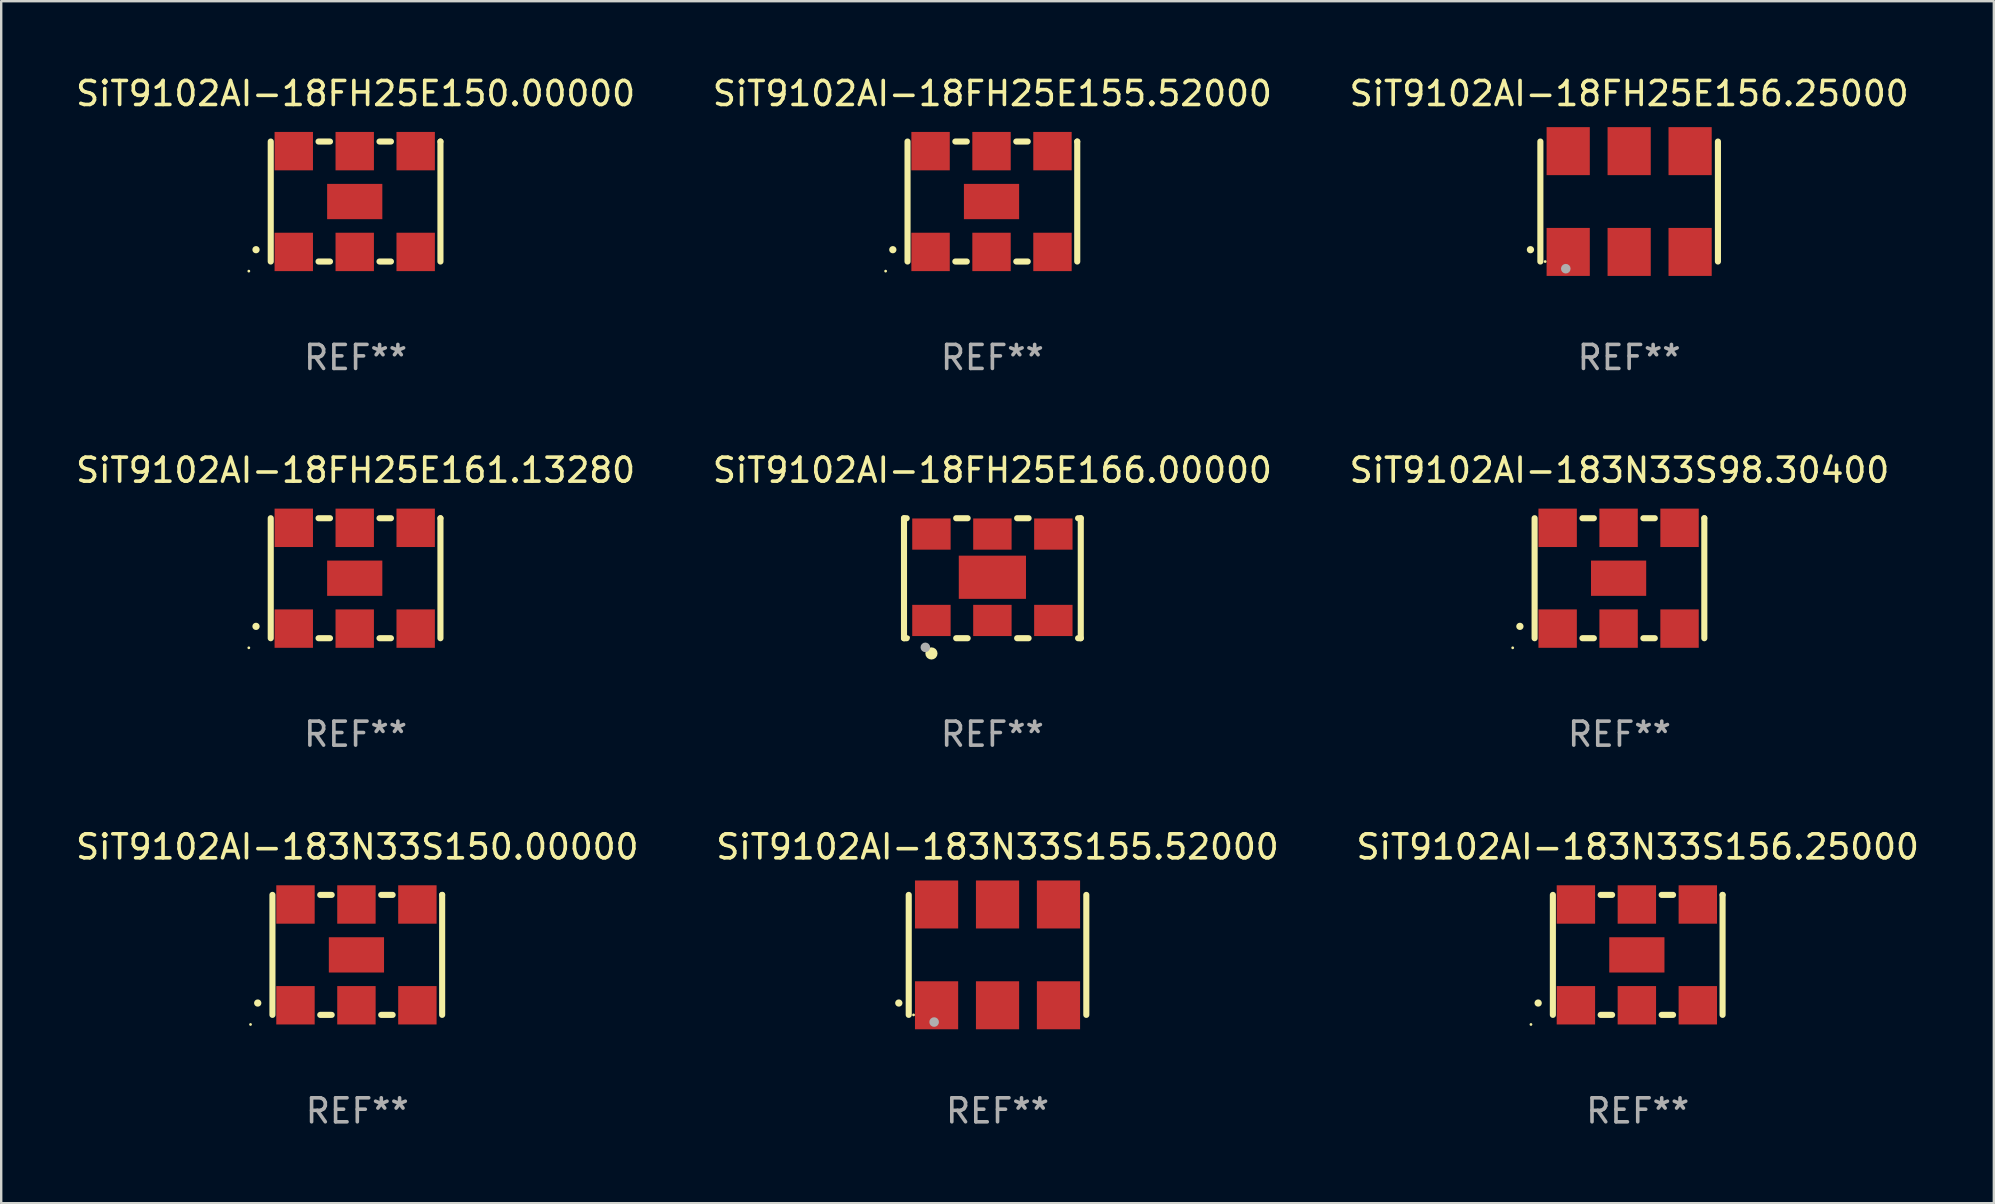
<source format=kicad_pcb>
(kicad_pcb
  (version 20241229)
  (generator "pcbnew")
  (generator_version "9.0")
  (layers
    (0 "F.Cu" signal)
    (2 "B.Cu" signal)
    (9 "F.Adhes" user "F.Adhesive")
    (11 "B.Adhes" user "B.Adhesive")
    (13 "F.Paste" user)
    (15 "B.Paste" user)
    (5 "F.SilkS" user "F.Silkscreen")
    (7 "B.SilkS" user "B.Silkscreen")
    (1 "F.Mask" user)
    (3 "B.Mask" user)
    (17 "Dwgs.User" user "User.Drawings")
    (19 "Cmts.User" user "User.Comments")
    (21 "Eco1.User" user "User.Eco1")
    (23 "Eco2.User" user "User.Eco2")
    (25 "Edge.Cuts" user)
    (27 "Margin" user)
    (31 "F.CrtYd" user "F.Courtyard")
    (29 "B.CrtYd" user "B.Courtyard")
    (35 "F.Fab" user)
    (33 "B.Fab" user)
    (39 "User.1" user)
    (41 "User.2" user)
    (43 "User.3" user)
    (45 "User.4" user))
  (footprint "SiT9102AI-183N33S155.52000"
    (layer "F.Cu")
    (at 38.518 36.741)
    (property "Reference" "SiT9102AI-183N33S155.52000" (at 0 -4.5 0) (layer "F.SilkS") (effects (font (size 1 1) (thickness 0.15))))
    (attr through_hole)
    (fp_line (start -3.7 -2.5) (end -3.7 2.5) (stroke (width 0.254) (type solid)) (layer "F.SilkS"))
    (fp_line (start 3.7 -2.5) (end 3.7 2.5) (stroke (width 0.254) (type solid)) (layer "F.SilkS"))
    (fp_arc (start -4.114415 2.006604) (mid -4.113145 2.006599) (end -4.111875 2.006604) (stroke (width 0.3) (type solid)) (layer "F.SilkS"))
    (fp_circle (center -3.5 2.501) (end -3.47 2.501) (stroke (width 0.06) (type solid)) (fill no) (layer "F.SilkS"))
    (fp_circle (center -2.641 2.799) (end -2.541 2.799) (stroke (width 0.2) (type solid)) (fill no) (layer "F.Fab"))
    (fp_text user "REF**" (at 0 6.5 0) (layer "F.Fab") (effects (font (size 1 1) (thickness 0.15))))
    (pad "1" smd rect (at -2.54 2.1) (size 1.8 2) (layers "F.Cu" "F.Mask" "F.Paste"))
    (pad "2" smd rect (at 0.000394 2.1) (size 1.8 2) (layers "F.Cu" "F.Mask" "F.Paste"))
    (pad "3" smd rect (at 2.54 2.1) (size 1.8 2) (layers "F.Cu" "F.Mask" "F.Paste"))
    (pad "4" smd rect (at 2.54 -2.1) (size 1.8 2) (layers "F.Cu" "F.Mask" "F.Paste"))
    (pad "5" smd rect (at 0.000394 -2.1) (size 1.8 2) (layers "F.Cu" "F.Mask" "F.Paste"))
    (pad "6" smd rect (at -2.54 -2.1) (size 1.8 2) (layers "F.Cu" "F.Mask" "F.Paste")))
  (footprint "SiT9102AI-18FH25E166.00000"
    (layer "F.Cu")
    (at 38.304 21.045)
    (property "Reference" "SiT9102AI-18FH25E166.00000" (at 0 -4.5 0) (layer "F.SilkS") (effects (font (size 1 1) (thickness 0.15))))
    (attr through_hole)
    (fp_line (start -3.683 -2.5) (end -3.571 -2.5) (stroke (width 0.254) (type solid)) (layer "F.SilkS"))
    (fp_line (start -3.683 2.5) (end -3.683 -2.5) (stroke (width 0.254) (type solid)) (layer "F.SilkS"))
    (fp_line (start -3.683 2.5) (end -3.571 2.5) (stroke (width 0.254) (type solid)) (layer "F.SilkS"))
    (fp_line (start -1.509 -2.5) (end -1.031 -2.5) (stroke (width 0.254) (type solid)) (layer "F.SilkS"))
    (fp_line (start -1.509 2.5) (end -1.031 2.5) (stroke (width 0.254) (type solid)) (layer "F.SilkS"))
    (fp_line (start 1.031 -2.5) (end 1.509 -2.5) (stroke (width 0.254) (type solid)) (layer "F.SilkS"))
    (fp_line (start 1.031 2.5) (end 1.509 2.5) (stroke (width 0.254) (type solid)) (layer "F.SilkS"))
    (fp_line (start 3.571 -2.5) (end 3.683 -2.5) (stroke (width 0.254) (type solid)) (layer "F.SilkS"))
    (fp_line (start 3.571 2.5) (end 3.683 2.5) (stroke (width 0.254) (type solid)) (layer "F.SilkS"))
    (fp_line (start 3.683 2.5) (end 3.683 -2.5) (stroke (width 0.254) (type solid)) (layer "F.SilkS"))
    (fp_circle (center -3.5 2.46) (end -3.47 2.46) (stroke (width 0.06) (type solid)) (fill no) (layer "F.SilkS"))
    (fp_circle (center -2.54 3.135) (end -2.413 3.135) (stroke (width 0.254) (type solid)) (fill no) (layer "F.SilkS"))
    (fp_circle (center -2.794 2.881) (end -2.694 2.881) (stroke (width 0.2) (type solid)) (fill no) (layer "F.Fab"))
    (fp_text user "REF**" (at 0 6.5 0) (layer "F.Fab") (effects (font (size 1 1) (thickness 0.15))))
    (pad "1" smd rect (at -2.54 1.76) (size 1.6 1.3) (layers "F.Cu" "F.Mask" "F.Paste"))
    (pad "2" smd rect (at 0 1.76) (size 1.6 1.3) (layers "F.Cu" "F.Mask" "F.Paste"))
    (pad "3" smd rect (at 2.54 1.76) (size 1.6 1.3) (layers "F.Cu" "F.Mask" "F.Paste"))
    (pad "4" smd rect (at 2.54 -1.84) (size 1.6 1.3) (layers "F.Cu" "F.Mask" "F.Paste"))
    (pad "5" smd rect (at 0 -1.84) (size 1.6 1.3) (layers "F.Cu" "F.Mask" "F.Paste"))
    (pad "6" smd rect (at -2.54 -1.84) (size 1.6 1.3) (layers "F.Cu" "F.Mask" "F.Paste"))
    (pad "7" smd rect (at 0 -0.04) (size 2.8 1.8) (layers "F.Cu" "F.Mask" "F.Paste")))
  (footprint "SiT9102AI-18FH25E156.25000"
    (layer "F.Cu")
    (at 64.839 5.348)
    (property "Reference" "SiT9102AI-18FH25E156.25000" (at 0 -4.5 0) (layer "F.SilkS") (effects (font (size 1 1) (thickness 0.15))))
    (attr through_hole)
    (fp_line (start -3.7 -2.5) (end -3.7 2.5) (stroke (width 0.254) (type solid)) (layer "F.SilkS"))
    (fp_line (start 3.7 -2.5) (end 3.7 2.5) (stroke (width 0.254) (type solid)) (layer "F.SilkS"))
    (fp_arc (start -4.114415 2.006604) (mid -4.113145 2.006599) (end -4.111875 2.006604) (stroke (width 0.3) (type solid)) (layer "F.SilkS"))
    (fp_circle (center -3.5 2.501) (end -3.47 2.501) (stroke (width 0.06) (type solid)) (fill no) (layer "F.SilkS"))
    (fp_circle (center -2.641 2.799) (end -2.541 2.799) (stroke (width 0.2) (type solid)) (fill no) (layer "F.Fab"))
    (fp_text user "REF**" (at 0 6.5 0) (layer "F.Fab") (effects (font (size 1 1) (thickness 0.15))))
    (pad "1" smd rect (at -2.54 2.1) (size 1.8 2) (layers "F.Cu" "F.Mask" "F.Paste"))
    (pad "2" smd rect (at 0.000394 2.1) (size 1.8 2) (layers "F.Cu" "F.Mask" "F.Paste"))
    (pad "3" smd rect (at 2.54 2.1) (size 1.8 2) (layers "F.Cu" "F.Mask" "F.Paste"))
    (pad "4" smd rect (at 2.54 -2.1) (size 1.8 2) (layers "F.Cu" "F.Mask" "F.Paste"))
    (pad "5" smd rect (at 0.000394 -2.1) (size 1.8 2) (layers "F.Cu" "F.Mask" "F.Paste"))
    (pad "6" smd rect (at -2.54 -2.1) (size 1.8 2) (layers "F.Cu" "F.Mask" "F.Paste")))
  (footprint "SiT9102AI-183N33S156.25000"
    (layer "F.Cu")
    (at 65.196 36.741)
    (property "Reference" "SiT9102AI-183N33S156.25000" (at 0 -4.5 0) (layer "F.SilkS") (effects (font (size 1 1) (thickness 0.15))))
    (attr through_hole)
    (fp_line (start -3.536 -2.5) (end -3.536 2.5) (stroke (width 0.254) (type solid)) (layer "F.SilkS"))
    (fp_line (start -1.544 2.5) (end -1.067 2.5) (stroke (width 0.254) (type solid)) (layer "F.SilkS"))
    (fp_line (start -1.067 -2.5) (end -1.544 -2.5) (stroke (width 0.254) (type solid)) (layer "F.SilkS"))
    (fp_line (start 0.996 2.5) (end 1.473 2.5) (stroke (width 0.254) (type solid)) (layer "F.SilkS"))
    (fp_line (start 1.473 -2.5) (end 0.996 -2.5) (stroke (width 0.254) (type solid)) (layer "F.SilkS"))
    (fp_line (start 3.536 -2.5) (end 3.536 -2.5) (stroke (width 0.254) (type solid)) (layer "F.SilkS"))
    (fp_line (start 3.536 2.5) (end 3.536 -2.5) (stroke (width 0.254) (type solid)) (layer "F.SilkS"))
    (fp_arc (start -4.150432 2.006604) (mid -4.149162 2.006599) (end -4.147892 2.006604) (stroke (width 0.3) (type solid)) (layer "F.SilkS"))
    (fp_circle (center -4.449 2.9) (end -4.419 2.9) (stroke (width 0.06) (type solid)) (fill no) (layer "F.SilkS"))
    (fp_text user "REF**" (at 0 6.5 0) (layer "F.Fab") (effects (font (size 1 1) (thickness 0.15))))
    (pad "1" smd rect (at -2.576 2.1) (size 1.6 1.6) (layers "F.Cu" "F.Mask" "F.Paste"))
    (pad "2" smd rect (at -0.036 2.1) (size 1.6 1.6) (layers "F.Cu" "F.Mask" "F.Paste"))
    (pad "3" smd rect (at 2.504 2.1) (size 1.6 1.6) (layers "F.Cu" "F.Mask" "F.Paste"))
    (pad "4" smd rect (at 2.504 -2.1) (size 1.6 1.6) (layers "F.Cu" "F.Mask" "F.Paste"))
    (pad "5" smd rect (at -0.036 -2.1) (size 1.6 1.6) (layers "F.Cu" "F.Mask" "F.Paste"))
    (pad "6" smd rect (at -2.576 -2.1) (size 1.6 1.6) (layers "F.Cu" "F.Mask" "F.Paste"))
    (pad "7" smd rect (at -0.036 0) (size 2.3 1.47) (layers "F.Cu" "F.Mask" "F.Paste")))
  (footprint "SiT9102AI-18FH25E150.00000"
    (layer "F.Cu")
    (at 11.768 5.348)
    (property "Reference" "SiT9102AI-18FH25E150.00000" (at 0 -4.5 0) (layer "F.SilkS") (effects (font (size 1 1) (thickness 0.15))))
    (attr through_hole)
    (fp_line (start -3.536 -2.5) (end -3.536 2.5) (stroke (width 0.254) (type solid)) (layer "F.SilkS"))
    (fp_line (start -1.544 2.5) (end -1.067 2.5) (stroke (width 0.254) (type solid)) (layer "F.SilkS"))
    (fp_line (start -1.067 -2.5) (end -1.544 -2.5) (stroke (width 0.254) (type solid)) (layer "F.SilkS"))
    (fp_line (start 0.996 2.5) (end 1.473 2.5) (stroke (width 0.254) (type solid)) (layer "F.SilkS"))
    (fp_line (start 1.473 -2.5) (end 0.996 -2.5) (stroke (width 0.254) (type solid)) (layer "F.SilkS"))
    (fp_line (start 3.536 -2.5) (end 3.536 -2.5) (stroke (width 0.254) (type solid)) (layer "F.SilkS"))
    (fp_line (start 3.536 2.5) (end 3.536 -2.5) (stroke (width 0.254) (type solid)) (layer "F.SilkS"))
    (fp_arc (start -4.150432 2.006604) (mid -4.149162 2.006599) (end -4.147892 2.006604) (stroke (width 0.3) (type solid)) (layer "F.SilkS"))
    (fp_circle (center -4.449 2.9) (end -4.419 2.9) (stroke (width 0.06) (type solid)) (fill no) (layer "F.SilkS"))
    (fp_text user "REF**" (at 0 6.5 0) (layer "F.Fab") (effects (font (size 1 1) (thickness 0.15))))
    (pad "1" smd rect (at -2.576 2.1) (size 1.6 1.6) (layers "F.Cu" "F.Mask" "F.Paste"))
    (pad "2" smd rect (at -0.036 2.1) (size 1.6 1.6) (layers "F.Cu" "F.Mask" "F.Paste"))
    (pad "3" smd rect (at 2.504 2.1) (size 1.6 1.6) (layers "F.Cu" "F.Mask" "F.Paste"))
    (pad "4" smd rect (at 2.504 -2.1) (size 1.6 1.6) (layers "F.Cu" "F.Mask" "F.Paste"))
    (pad "5" smd rect (at -0.036 -2.1) (size 1.6 1.6) (layers "F.Cu" "F.Mask" "F.Paste"))
    (pad "6" smd rect (at -2.576 -2.1) (size 1.6 1.6) (layers "F.Cu" "F.Mask" "F.Paste"))
    (pad "7" smd rect (at -0.036 0) (size 2.3 1.47) (layers "F.Cu" "F.Mask" "F.Paste")))
  (footprint "SiT9102AI-18FH25E155.52000"
    (layer "F.Cu")
    (at 38.304 5.348)
    (property "Reference" "SiT9102AI-18FH25E155.52000" (at 0 -4.5 0) (layer "F.SilkS") (effects (font (size 1 1) (thickness 0.15))))
    (attr through_hole)
    (fp_line (start -3.536 -2.5) (end -3.536 2.5) (stroke (width 0.254) (type solid)) (layer "F.SilkS"))
    (fp_line (start -1.544 2.5) (end -1.067 2.5) (stroke (width 0.254) (type solid)) (layer "F.SilkS"))
    (fp_line (start -1.067 -2.5) (end -1.544 -2.5) (stroke (width 0.254) (type solid)) (layer "F.SilkS"))
    (fp_line (start 0.996 2.5) (end 1.473 2.5) (stroke (width 0.254) (type solid)) (layer "F.SilkS"))
    (fp_line (start 1.473 -2.5) (end 0.996 -2.5) (stroke (width 0.254) (type solid)) (layer "F.SilkS"))
    (fp_line (start 3.536 -2.5) (end 3.536 -2.5) (stroke (width 0.254) (type solid)) (layer "F.SilkS"))
    (fp_line (start 3.536 2.5) (end 3.536 -2.5) (stroke (width 0.254) (type solid)) (layer "F.SilkS"))
    (fp_arc (start -4.150432 2.006604) (mid -4.149162 2.006599) (end -4.147892 2.006604) (stroke (width 0.3) (type solid)) (layer "F.SilkS"))
    (fp_circle (center -4.449 2.9) (end -4.419 2.9) (stroke (width 0.06) (type solid)) (fill no) (layer "F.SilkS"))
    (fp_text user "REF**" (at 0 6.5 0) (layer "F.Fab") (effects (font (size 1 1) (thickness 0.15))))
    (pad "1" smd rect (at -2.576 2.1) (size 1.6 1.6) (layers "F.Cu" "F.Mask" "F.Paste"))
    (pad "2" smd rect (at -0.036 2.1) (size 1.6 1.6) (layers "F.Cu" "F.Mask" "F.Paste"))
    (pad "3" smd rect (at 2.504 2.1) (size 1.6 1.6) (layers "F.Cu" "F.Mask" "F.Paste"))
    (pad "4" smd rect (at 2.504 -2.1) (size 1.6 1.6) (layers "F.Cu" "F.Mask" "F.Paste"))
    (pad "5" smd rect (at -0.036 -2.1) (size 1.6 1.6) (layers "F.Cu" "F.Mask" "F.Paste"))
    (pad "6" smd rect (at -2.576 -2.1) (size 1.6 1.6) (layers "F.Cu" "F.Mask" "F.Paste"))
    (pad "7" smd rect (at -0.036 0) (size 2.3 1.47) (layers "F.Cu" "F.Mask" "F.Paste")))
  (footprint "SiT9102AI-183N33S150.00000"
    (layer "F.Cu")
    (at 11.839 36.741)
    (property "Reference" "SiT9102AI-183N33S150.00000" (at 0 -4.5 0) (layer "F.SilkS") (effects (font (size 1 1) (thickness 0.15))))
    (attr through_hole)
    (fp_line (start -3.536 -2.5) (end -3.536 2.5) (stroke (width 0.254) (type solid)) (layer "F.SilkS"))
    (fp_line (start -1.544 2.5) (end -1.067 2.5) (stroke (width 0.254) (type solid)) (layer "F.SilkS"))
    (fp_line (start -1.067 -2.5) (end -1.544 -2.5) (stroke (width 0.254) (type solid)) (layer "F.SilkS"))
    (fp_line (start 0.996 2.5) (end 1.473 2.5) (stroke (width 0.254) (type solid)) (layer "F.SilkS"))
    (fp_line (start 1.473 -2.5) (end 0.996 -2.5) (stroke (width 0.254) (type solid)) (layer "F.SilkS"))
    (fp_line (start 3.536 -2.5) (end 3.536 -2.5) (stroke (width 0.254) (type solid)) (layer "F.SilkS"))
    (fp_line (start 3.536 2.5) (end 3.536 -2.5) (stroke (width 0.254) (type solid)) (layer "F.SilkS"))
    (fp_arc (start -4.150432 2.006604) (mid -4.149162 2.006599) (end -4.147892 2.006604) (stroke (width 0.3) (type solid)) (layer "F.SilkS"))
    (fp_circle (center -4.449 2.9) (end -4.419 2.9) (stroke (width 0.06) (type solid)) (fill no) (layer "F.SilkS"))
    (fp_text user "REF**" (at 0 6.5 0) (layer "F.Fab") (effects (font (size 1 1) (thickness 0.15))))
    (pad "1" smd rect (at -2.576 2.1) (size 1.6 1.6) (layers "F.Cu" "F.Mask" "F.Paste"))
    (pad "2" smd rect (at -0.036 2.1) (size 1.6 1.6) (layers "F.Cu" "F.Mask" "F.Paste"))
    (pad "3" smd rect (at 2.504 2.1) (size 1.6 1.6) (layers "F.Cu" "F.Mask" "F.Paste"))
    (pad "4" smd rect (at 2.504 -2.1) (size 1.6 1.6) (layers "F.Cu" "F.Mask" "F.Paste"))
    (pad "5" smd rect (at -0.036 -2.1) (size 1.6 1.6) (layers "F.Cu" "F.Mask" "F.Paste"))
    (pad "6" smd rect (at -2.576 -2.1) (size 1.6 1.6) (layers "F.Cu" "F.Mask" "F.Paste"))
    (pad "7" smd rect (at -0.036 0) (size 2.3 1.47) (layers "F.Cu" "F.Mask" "F.Paste")))
  (footprint "SiT9102AI-18FH25E161.13280"
    (layer "F.Cu")
    (at 11.768 21.045)
    (property "Reference" "SiT9102AI-18FH25E161.13280" (at 0 -4.5 0) (layer "F.SilkS") (effects (font (size 1 1) (thickness 0.15))))
    (attr through_hole)
    (fp_line (start -3.536 -2.5) (end -3.536 2.5) (stroke (width 0.254) (type solid)) (layer "F.SilkS"))
    (fp_line (start -1.544 2.5) (end -1.067 2.5) (stroke (width 0.254) (type solid)) (layer "F.SilkS"))
    (fp_line (start -1.067 -2.5) (end -1.544 -2.5) (stroke (width 0.254) (type solid)) (layer "F.SilkS"))
    (fp_line (start 0.996 2.5) (end 1.473 2.5) (stroke (width 0.254) (type solid)) (layer "F.SilkS"))
    (fp_line (start 1.473 -2.5) (end 0.996 -2.5) (stroke (width 0.254) (type solid)) (layer "F.SilkS"))
    (fp_line (start 3.536 -2.5) (end 3.536 -2.5) (stroke (width 0.254) (type solid)) (layer "F.SilkS"))
    (fp_line (start 3.536 2.5) (end 3.536 -2.5) (stroke (width 0.254) (type solid)) (layer "F.SilkS"))
    (fp_arc (start -4.150432 2.006604) (mid -4.149162 2.006599) (end -4.147892 2.006604) (stroke (width 0.3) (type solid)) (layer "F.SilkS"))
    (fp_circle (center -4.449 2.9) (end -4.419 2.9) (stroke (width 0.06) (type solid)) (fill no) (layer "F.SilkS"))
    (fp_text user "REF**" (at 0 6.5 0) (layer "F.Fab") (effects (font (size 1 1) (thickness 0.15))))
    (pad "1" smd rect (at -2.576 2.1) (size 1.6 1.6) (layers "F.Cu" "F.Mask" "F.Paste"))
    (pad "2" smd rect (at -0.036 2.1) (size 1.6 1.6) (layers "F.Cu" "F.Mask" "F.Paste"))
    (pad "3" smd rect (at 2.504 2.1) (size 1.6 1.6) (layers "F.Cu" "F.Mask" "F.Paste"))
    (pad "4" smd rect (at 2.504 -2.1) (size 1.6 1.6) (layers "F.Cu" "F.Mask" "F.Paste"))
    (pad "5" smd rect (at -0.036 -2.1) (size 1.6 1.6) (layers "F.Cu" "F.Mask" "F.Paste"))
    (pad "6" smd rect (at -2.576 -2.1) (size 1.6 1.6) (layers "F.Cu" "F.Mask" "F.Paste"))
    (pad "7" smd rect (at -0.036 0) (size 2.3 1.47) (layers "F.Cu" "F.Mask" "F.Paste")))
  (footprint "SiT9102AI-183N33S98.30400"
    (layer "F.Cu")
    (at 64.435 21.045)
    (property "Reference" "SiT9102AI-183N33S98.30400" (at 0 -4.5 0) (layer "F.SilkS") (effects (font (size 1 1) (thickness 0.15))))
    (attr through_hole)
    (fp_line (start -3.536 -2.5) (end -3.536 2.5) (stroke (width 0.254) (type solid)) (layer "F.SilkS"))
    (fp_line (start -1.544 2.5) (end -1.067 2.5) (stroke (width 0.254) (type solid)) (layer "F.SilkS"))
    (fp_line (start -1.067 -2.5) (end -1.544 -2.5) (stroke (width 0.254) (type solid)) (layer "F.SilkS"))
    (fp_line (start 0.996 2.5) (end 1.473 2.5) (stroke (width 0.254) (type solid)) (layer "F.SilkS"))
    (fp_line (start 1.473 -2.5) (end 0.996 -2.5) (stroke (width 0.254) (type solid)) (layer "F.SilkS"))
    (fp_line (start 3.536 -2.5) (end 3.536 -2.5) (stroke (width 0.254) (type solid)) (layer "F.SilkS"))
    (fp_line (start 3.536 2.5) (end 3.536 -2.5) (stroke (width 0.254) (type solid)) (layer "F.SilkS"))
    (fp_arc (start -4.150432 2.006604) (mid -4.149162 2.006599) (end -4.147892 2.006604) (stroke (width 0.3) (type solid)) (layer "F.SilkS"))
    (fp_circle (center -4.449 2.9) (end -4.419 2.9) (stroke (width 0.06) (type solid)) (fill no) (layer "F.SilkS"))
    (fp_text user "REF**" (at 0 6.5 0) (layer "F.Fab") (effects (font (size 1 1) (thickness 0.15))))
    (pad "1" smd rect (at -2.576 2.1) (size 1.6 1.6) (layers "F.Cu" "F.Mask" "F.Paste"))
    (pad "2" smd rect (at -0.036 2.1) (size 1.6 1.6) (layers "F.Cu" "F.Mask" "F.Paste"))
    (pad "3" smd rect (at 2.504 2.1) (size 1.6 1.6) (layers "F.Cu" "F.Mask" "F.Paste"))
    (pad "4" smd rect (at 2.504 -2.1) (size 1.6 1.6) (layers "F.Cu" "F.Mask" "F.Paste"))
    (pad "5" smd rect (at -0.036 -2.1) (size 1.6 1.6) (layers "F.Cu" "F.Mask" "F.Paste"))
    (pad "6" smd rect (at -2.576 -2.1) (size 1.6 1.6) (layers "F.Cu" "F.Mask" "F.Paste"))
    (pad "7" smd rect (at -0.036 0) (size 2.3 1.47) (layers "F.Cu" "F.Mask" "F.Paste")))
  (gr_rect
    (start -3 -3)
    (end 80.036 47.09)
    (stroke (width 0.1) (type default))
    (fill no)
    (layer "Edge.Cuts")))
</source>
